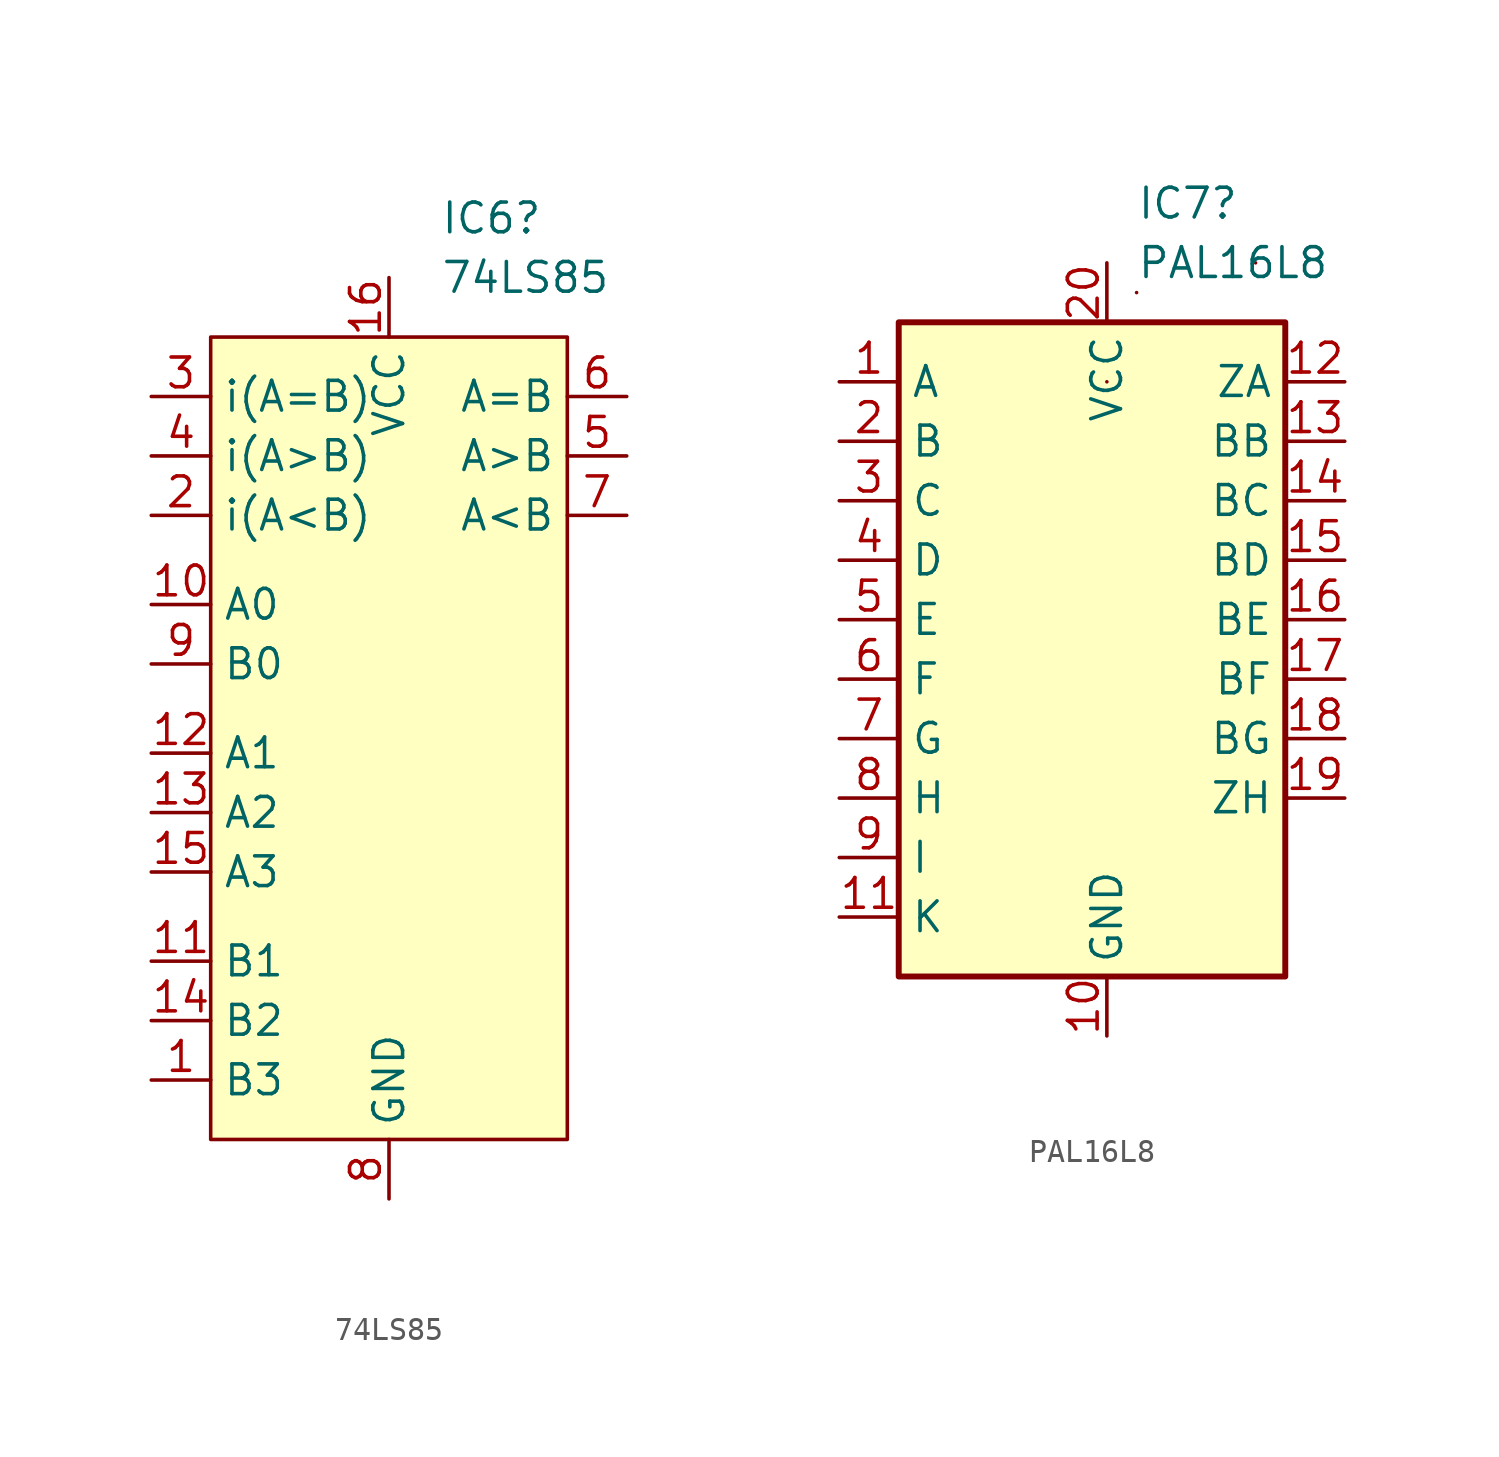
<source format=kicad_sym>
(kicad_symbol_lib
  (version 20231120)
  (generator "kicad_symbol_editor")
  (generator_version "8.0")
  (symbol "74LS85"
    (property "Reference" "IC6"
      (at 6.004 8.89 0)
      (effects (font (size 1.27 1.27)) (justify left)))
    (property "Value" "74LS85"
      (at 6.004 6.35 0)
      (effects (font (size 1.27 1.27)) (justify left)))
    (symbol "74LS85_1_1"
      (rectangle (start -3.81 3.81) (end 11.43 -30.48) (stroke (width 0) (type default)) (fill (type background)))
      (pin input line (at -6.35 -27.94 0) (length 2.54) (name "B3" (effects (font (size 1.27 1.27)))) (number "1" (effects (font (size 1.27 1.27)))))
      (pin input line (at -6.35 -7.62 0) (length 2.54) (name "A0" (effects (font (size 1.27 1.27)))) (number "10" (effects (font (size 1.27 1.27)))))
      (pin input line (at -6.35 -22.86 0) (length 2.54) (name "B1" (effects (font (size 1.27 1.27)))) (number "11" (effects (font (size 1.27 1.27)))))
      (pin input line (at -6.35 -13.97 0) (length 2.54) (name "A1" (effects (font (size 1.27 1.27)))) (number "12" (effects (font (size 1.27 1.27)))))
      (pin input line (at -6.35 -16.51 0) (length 2.54) (name "A2" (effects (font (size 1.27 1.27)))) (number "13" (effects (font (size 1.27 1.27)))))
      (pin input line (at -6.35 -25.4 0) (length 2.54) (name "B2" (effects (font (size 1.27 1.27)))) (number "14" (effects (font (size 1.27 1.27)))))
      (pin input line (at -6.35 -19.05 0) (length 2.54) (name "A3" (effects (font (size 1.27 1.27)))) (number "15" (effects (font (size 1.27 1.27)))))
      (pin power_in line (at 3.81 6.35 270) (length 2.54) (name "VCC" (effects (font (size 1.27 1.27)))) (number "16" (effects (font (size 1.27 1.27)))))
      (pin input line (at -6.35 -3.81 0) (length 2.54) (name "i(A<B)" (effects (font (size 1.27 1.27)))) (number "2" (effects (font (size 1.27 1.27)))))
      (pin input line (at -6.35 1.27 0) (length 2.54) (name "i(A=B)" (effects (font (size 1.27 1.27)))) (number "3" (effects (font (size 1.27 1.27)))))
      (pin input line (at -6.35 -1.27 0) (length 2.54) (name "i(A>B)" (effects (font (size 1.27 1.27)))) (number "4" (effects (font (size 1.27 1.27)))))
      (pin output line (at 13.97 -1.27 180) (length 2.54) (name "A>B" (effects (font (size 1.27 1.27)))) (number "5" (effects (font (size 1.27 1.27)))))
      (pin output line (at 13.97 1.27 180) (length 2.54) (name "A=B" (effects (font (size 1.27 1.27)))) (number "6" (effects (font (size 1.27 1.27)))))
      (pin output line (at 13.97 -3.81 180) (length 2.54) (name "A<B" (effects (font (size 1.27 1.27)))) (number "7" (effects (font (size 1.27 1.27)))))
      (pin power_out line (at 3.81 -33.02 90) (length 2.54) (name "GND" (effects (font (size 1.27 1.27)))) (number "8" (effects (font (size 1.27 1.27)))))
      (pin input line (at -6.35 -10.16 0) (length 2.54) (name "B0" (effects (font (size 1.27 1.27)))) (number "9" (effects (font (size 1.27 1.27)))))))
  (symbol "PAL16L8"
    (property "Reference" "IC7"
      (at 1.27 1.27 0)
      (effects (font (size 1.27 1.27)) (justify left)))
    (property "Value" "PAL16L8"
      (at 1.27 -1.27 0)
      (effects (font (size 1.27 1.27)) (justify left)))
    (symbol "PAL16L8_0_1"
      (polyline (pts (xy 6.35 -1.27) (xy 6.35 -1.27)) (stroke (width 0) (type default)) (fill (type none))))
    (symbol "PAL16L8_1_0"
      (pin input line (at -11.43 -6.35 0) (length 2.54) (name "A" (effects (font (size 1.27 1.27)))) (number "1" (effects (font (size 1.27 1.27)))))
      (pin power_out line (at 0 -34.29 90) (length 2.54) (name "GND" (effects (font (size 1.27 1.27)))) (number "10" (effects (font (size 1.27 1.27)))))
      (pin input line (at -11.43 -29.21 0) (length 2.54) (name "K" (effects (font (size 1.27 1.27)))) (number "11" (effects (font (size 1.27 1.27)))))
      (pin output line (at 10.16 -6.35 180) (length 2.54) (name "ZA" (effects (font (size 1.27 1.27)))) (number "12" (effects (font (size 1.27 1.27)))))
      (pin bidirectional line (at 10.16 -8.89 180) (length 2.54) (name "BB" (effects (font (size 1.27 1.27)))) (number "13" (effects (font (size 1.27 1.27)))))
      (pin bidirectional line (at 10.16 -11.43 180) (length 2.54) (name "BC" (effects (font (size 1.27 1.27)))) (number "14" (effects (font (size 1.27 1.27)))))
      (pin bidirectional line (at 10.16 -13.97 180) (length 2.54) (name "BD" (effects (font (size 1.27 1.27)))) (number "15" (effects (font (size 1.27 1.27)))))
      (pin bidirectional line (at 10.16 -16.51 180) (length 2.54) (name "BE" (effects (font (size 1.27 1.27)))) (number "16" (effects (font (size 1.27 1.27)))))
      (pin bidirectional line (at 10.16 -19.05 180) (length 2.54) (name "BF" (effects (font (size 1.27 1.27)))) (number "17" (effects (font (size 1.27 1.27)))))
      (pin bidirectional line (at 10.16 -21.59 180) (length 2.54) (name "BG" (effects (font (size 1.27 1.27)))) (number "18" (effects (font (size 1.27 1.27)))))
      (pin output line (at 10.16 -24.13 180) (length 2.54) (name "ZH" (effects (font (size 1.27 1.27)))) (number "19" (effects (font (size 1.27 1.27)))))
      (pin input line (at -11.43 -8.89 0) (length 2.54) (name "B" (effects (font (size 1.27 1.27)))) (number "2" (effects (font (size 1.27 1.27)))))
      (pin power_in line (at 0 -1.27 270) (length 2.54) (name "VCC" (effects (font (size 1.27 1.27)))) (number "20" (effects (font (size 1.27 1.27)))))
      (pin input line (at -11.43 -11.43 0) (length 2.54) (name "C" (effects (font (size 1.27 1.27)))) (number "3" (effects (font (size 1.27 1.27)))))
      (pin input line (at -11.43 -13.97 0) (length 2.54) (name "D" (effects (font (size 1.27 1.27)))) (number "4" (effects (font (size 1.27 1.27)))))
      (pin input line (at -11.43 -16.51 0) (length 2.54) (name "E" (effects (font (size 1.27 1.27)))) (number "5" (effects (font (size 1.27 1.27)))))
      (pin input line (at -11.43 -19.05 0) (length 2.54) (name "F" (effects (font (size 1.27 1.27)))) (number "6" (effects (font (size 1.27 1.27)))))
      (pin input line (at -11.43 -21.59 0) (length 2.54) (name "G" (effects (font (size 1.27 1.27)))) (number "7" (effects (font (size 1.27 1.27)))))
      (pin input line (at -11.43 -24.13 0) (length 2.54) (name "H" (effects (font (size 1.27 1.27)))) (number "8" (effects (font (size 1.27 1.27)))))
      (pin input line (at -11.43 -26.67 0) (length 2.54) (name "I" (effects (font (size 1.27 1.27)))) (number "9" (effects (font (size 1.27 1.27))))))
    (symbol "PAL16L8_1_1"
      (rectangle (start -8.89 -3.81) (end 7.62 -31.75) (stroke (width 0.254) (type solid)) (fill (type background)))
      (rectangle (start 0 -6.35) (end 0 -6.35) (stroke (width 0) (type default)) (fill (type none)))
      (rectangle (start 1.27 -2.54) (end 1.27 -2.54) (stroke (width 0) (type default)) (fill (type none))))))
</source>
